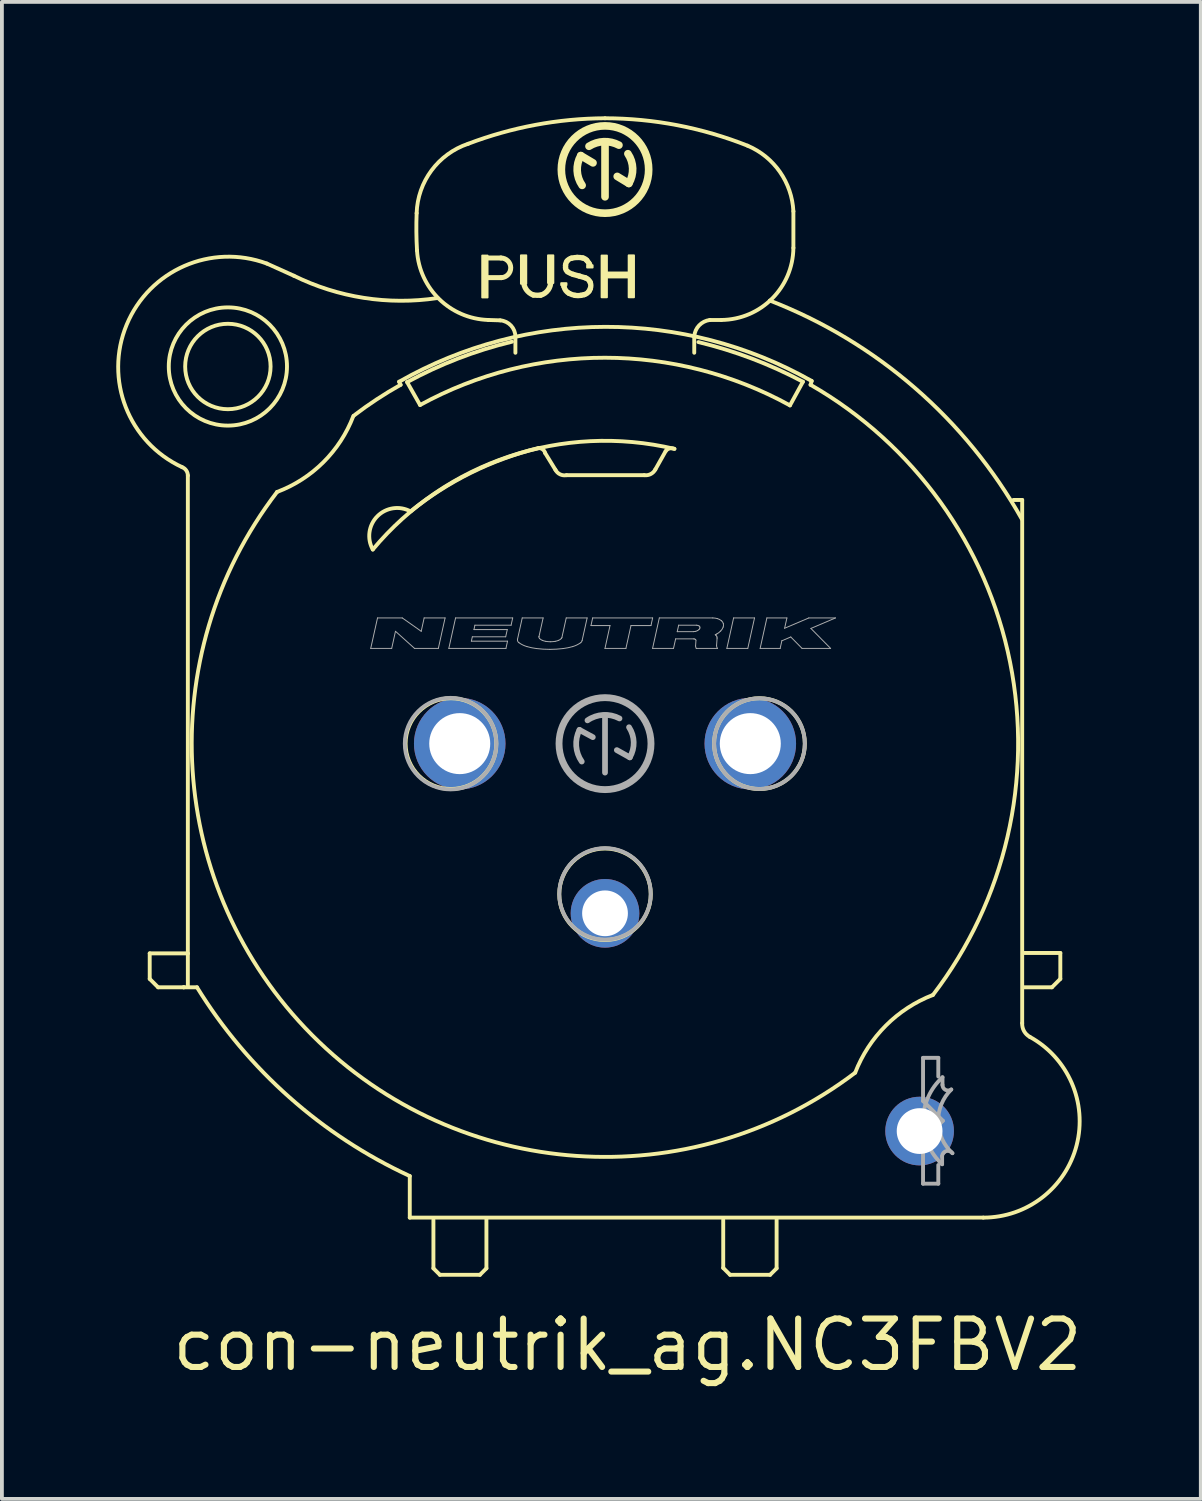
<source format=kicad_pcb>
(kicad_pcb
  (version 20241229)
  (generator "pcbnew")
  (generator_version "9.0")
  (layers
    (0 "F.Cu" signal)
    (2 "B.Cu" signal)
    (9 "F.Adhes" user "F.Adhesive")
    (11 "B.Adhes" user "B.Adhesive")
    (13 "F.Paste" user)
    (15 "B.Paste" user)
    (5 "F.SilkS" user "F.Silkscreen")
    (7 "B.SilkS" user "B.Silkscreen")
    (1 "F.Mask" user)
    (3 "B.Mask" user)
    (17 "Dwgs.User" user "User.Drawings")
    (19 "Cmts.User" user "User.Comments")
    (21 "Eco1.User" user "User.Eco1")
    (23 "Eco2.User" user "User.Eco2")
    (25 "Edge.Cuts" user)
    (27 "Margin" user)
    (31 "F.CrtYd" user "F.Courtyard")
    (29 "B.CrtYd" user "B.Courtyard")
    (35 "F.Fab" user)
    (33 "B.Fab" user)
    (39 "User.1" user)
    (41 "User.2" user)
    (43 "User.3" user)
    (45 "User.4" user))
  (footprint "con-neutrik_ag.NC3FBV2"
    (layer "F.Cu")
    (at 12.816 16.451)
    (property "Reference" "con-neutrik_ag.NC3FBV2" (at -11.43 16.51 0) (layer "F.SilkS") (effects (font (size 1.27 1.27) (thickness 0.16)) (justify left bottom)))
    (attr through_hole)
    (fp_line (start -11.94 5.5) (end -10.94 5.5) (stroke (width 0.102) (type default)) (layer "F.SilkS"))
    (fp_line (start -11.94 6.17) (end -11.94 5.5) (stroke (width 0.102) (type default)) (layer "F.SilkS"))
    (fp_line (start -11.72 6.39) (end -11.94 6.17) (stroke (width 0.102) (type default)) (layer "F.SilkS"))
    (fp_line (start -11.05 6.39) (end -11.72 6.39) (stroke (width 0.102) (type default)) (layer "F.SilkS"))
    (fp_line (start -11.05 6.39) (end -10.7 6.39) (stroke (width 0.102) (type default)) (layer "F.SilkS"))
    (fp_line (start -11.04 6.39) (end -11.05 6.39) (stroke (width 0.102) (type default)) (layer "F.SilkS"))
    (fp_line (start -10.94 5.5) (end -10.94 -7.03) (stroke (width 0.102) (type default)) (layer "F.SilkS"))
    (fp_line (start -10.94 6.35) (end -10.94 5.52) (stroke (width 0.102) (type default)) (layer "F.SilkS"))
    (fp_line (start -5.4 -9.49) (end -5.36 -9.41) (stroke (width 0.102) (type default)) (layer "F.SilkS"))
    (fp_line (start -5.19 -9.48) (end -4.85 -8.88) (stroke (width 0.102) (type default)) (layer "F.SilkS"))
    (fp_line (start -5.12 11.34) (end -5.12 12.43) (stroke (width 0.102) (type default)) (layer "F.SilkS"))
    (fp_line (start -5.12 12.43) (end 9.92 12.43) (stroke (width 0.102) (type default)) (layer "F.SilkS"))
    (fp_line (start -4.5 12.49) (end -4.5 13.76) (stroke (width 0.102) (type default)) (layer "F.SilkS"))
    (fp_line (start -4.5 13.76) (end -4.33 13.93) (stroke (width 0.102) (type default)) (layer "F.SilkS"))
    (fp_line (start -4.33 13.93) (end -3.28 13.93) (stroke (width 0.102) (type default)) (layer "F.SilkS"))
    (fp_line (start -3.28 13.93) (end -3.11 13.76) (stroke (width 0.102) (type default)) (layer "F.SilkS"))
    (fp_line (start -3.13 -12.735) (end -2.73 -12.735) (stroke (width 0.13) (type default)) (layer "F.SilkS"))
    (fp_line (start -3.11 13.76) (end -3.11 12.47) (stroke (width 0.102) (type default)) (layer "F.SilkS"))
    (fp_line (start -2.75 -11.1) (end -3.06 -11.11) (stroke (width 0.102) (type default)) (layer "F.SilkS"))
    (fp_line (start -2.72 -12.22) (end -3.11 -12.22) (stroke (width 0.13) (type default)) (layer "F.SilkS"))
    (fp_line (start -2.35 -10.25) (end -2.35 -10.67) (stroke (width 0.102) (type default)) (layer "F.SilkS"))
    (fp_line (start -1.3 -7.18) (end -1.57 -7.62) (stroke (width 0.102) (type default)) (layer "F.SilkS"))
    (fp_line (start -1.08 -12.01) (end -1.075 -11.985) (stroke (width 0.14) (type default)) (layer "F.SilkS"))
    (fp_line (start -0.315 -15.23) (end -0.635 -15.42) (stroke (width 0.2) (type default)) (layer "F.SilkS"))
    (fp_line (start 0 -14.34) (end 0 -15.73) (stroke (width 0.2) (type default)) (layer "F.SilkS"))
    (fp_line (start 0.32 -14.875) (end 0.625 -14.69) (stroke (width 0.2) (type default)) (layer "F.SilkS"))
    (fp_line (start 1.03 -7.04) (end -1.01 -7.04) (stroke (width 0.102) (type default)) (layer "F.SilkS"))
    (fp_line (start 1.59 -7.67) (end 1.32 -7.19) (stroke (width 0.102) (type default)) (layer "F.SilkS"))
    (fp_line (start 3.1 12.49) (end 3.1 13.75) (stroke (width 0.102) (type default)) (layer "F.SilkS"))
    (fp_line (start 3.1 13.75) (end 3.28 13.93) (stroke (width 0.102) (type default)) (layer "F.SilkS"))
    (fp_line (start 3.28 13.93) (end 4.33 13.93) (stroke (width 0.102) (type default)) (layer "F.SilkS"))
    (fp_line (start 4.33 13.93) (end 4.5 13.76) (stroke (width 0.102) (type default)) (layer "F.SilkS"))
    (fp_line (start 4.5 13.76) (end 4.5 12.48) (stroke (width 0.102) (type default)) (layer "F.SilkS"))
    (fp_line (start 4.85 -8.87) (end 5.19 -9.49) (stroke (width 0.102) (type default)) (layer "F.SilkS"))
    (fp_line (start 4.94 -13.96) (end 4.94 -13) (stroke (width 0.102) (type default)) (layer "F.SilkS"))
    (fp_line (start 5.39 -9.41) (end 5.42 -9.51) (stroke (width 0.102) (type default)) (layer "F.SilkS"))
    (fp_line (start 10.94 -6.39) (end 10.71 -6.39) (stroke (width 0.102) (type default)) (layer "F.SilkS"))
    (fp_line (start 10.94 7.33) (end 10.94 -6.39) (stroke (width 0.102) (type default)) (layer "F.SilkS"))
    (fp_line (start 10.99 6.39) (end 11.72 6.39) (stroke (width 0.102) (type default)) (layer "F.SilkS"))
    (fp_line (start 11.72 6.39) (end 11.94 6.17) (stroke (width 0.102) (type default)) (layer "F.SilkS"))
    (fp_line (start 11.94 5.49) (end 10.99 5.49) (stroke (width 0.102) (type default)) (layer "F.SilkS"))
    (fp_line (start 11.94 6.17) (end 11.94 5.49) (stroke (width 0.102) (type default)) (layer "F.SilkS"))
    (fp_rect (start -3.22 -11.7) (end -3.08 -12.8) (stroke (width 0.05) (type default)) (fill yes) (layer "F.SilkS"))
    (fp_rect (start -2.205 -12.06) (end -2.065 -12.805) (stroke (width 0.05) (type default)) (fill yes) (layer "F.SilkS"))
    (fp_rect (start -1.495 -12.08) (end -1.355 -12.805) (stroke (width 0.05) (type default)) (fill yes) (layer "F.SilkS"))
    (fp_rect (start -1.15 -12.025) (end -1.01 -12.075) (stroke (width 0.05) (type default)) (fill yes) (layer "F.SilkS"))
    (fp_rect (start -0.47 -12.485) (end -0.325 -12.545) (stroke (width 0.05) (type default)) (fill yes) (layer "F.SilkS"))
    (fp_rect (start -0.09 -11.705) (end 0.05 -12.8) (stroke (width 0.05) (type default)) (fill yes) (layer "F.SilkS"))
    (fp_rect (start 0.035 -12.225) (end 0.64 -12.355) (stroke (width 0.05) (type default)) (fill yes) (layer "F.SilkS"))
    (fp_rect (start 0.62 -11.705) (end 0.76 -12.805) (stroke (width 0.05) (type default)) (fill yes) (layer "F.SilkS"))
    (fp_arc (start -11.09 -7.25) (mid -10.981062 -7.163139) (end -10.94 -7.03) (stroke (width 0.1016) (type default)) (layer "F.SilkS"))
    (fp_arc (start -11.09 -7.25) (mid -12.543512 -10.98573) (end -8.87 -12.59) (stroke (width 0.1016) (type default)) (layer "F.SilkS"))
    (fp_arc (start -8.87 -12.59) (mid -8.514255 -12.431652) (end -8.16 -12.27) (stroke (width 0.1016) (type default)) (layer "F.SilkS"))
    (fp_arc (start -6.6 -8.59) (mid -7.385865 -7.379789) (end -8.6 -6.6) (stroke (width 0.1016) (type default)) (layer "F.SilkS"))
    (fp_arc (start -6.59 -8.6) (mid -5.989419 -9.026896) (end -5.36 -9.41) (stroke (width 0.1016) (type default)) (layer "F.SilkS"))
    (fp_arc (start -6.09 -5.09) (mid -5.970889 -5.96213) (end -5.1 -6.09) (stroke (width 0.1016) (type default)) (layer "F.SilkS"))
    (fp_arc (start -6.09 -5.09) (mid -2.509717 -7.53273) (end 1.82 -7.73) (stroke (width 0.1016) (type default)) (layer "F.SilkS"))
    (fp_arc (start -5.4 -9.49) (mid 0.007357 -10.929608) (end 5.42 -9.51) (stroke (width 0.1016) (type default)) (layer "F.SilkS"))
    (fp_arc (start -5.19 -9.48) (mid -3.849732 -10.100106) (end -2.44 -10.54) (stroke (width 0.1016) (type default)) (layer "F.SilkS"))
    (fp_arc (start -5.12 11.34) (mid -8.274835 9.276268) (end -10.7 6.39) (stroke (width 0.1016) (type default)) (layer "F.SilkS"))
    (fp_arc (start -5.1 -6.09) (mid -3.515654 -7.102947) (end -1.75 -7.75) (stroke (width 0.1016) (type default)) (layer "F.SilkS"))
    (fp_arc (start -4.94 -13.91) (mid -4.55018 -15.031535) (end -3.59 -15.73) (stroke (width 0.1016) (type default)) (layer "F.SilkS"))
    (fp_arc (start -4.93 -12.93) (mid -4.946992 -13.419878) (end -4.94 -13.91) (stroke (width 0.1016) (type default)) (layer "F.SilkS"))
    (fp_arc (start -4.85 -8.88) (mid 0.001283 -10.119665) (end 4.85 -8.87) (stroke (width 0.1016) (type default)) (layer "F.SilkS"))
    (fp_arc (start -4.3995 -11.6841) (mid -6.324542 -11.689558) (end -8.16 -12.27) (stroke (width 0.1016) (type default)) (layer "F.SilkS"))
    (fp_arc (start -3.59 -15.73) (mid -1.825069 -16.226116) (end 0 -16.4) (stroke (width 0.1016) (type default)) (layer "F.SilkS"))
    (fp_arc (start -3.06 -11.11) (mid -4.347878 -11.657427) (end -4.93 -12.93) (stroke (width 0.1016) (type default)) (layer "F.SilkS"))
    (fp_arc (start -2.75 -11.1) (mid -2.465454 -10.963647) (end -2.35 -10.67) (stroke (width 0.1016) (type default)) (layer "F.SilkS"))
    (fp_arc (start -2.73 -12.735) (mid -2.472451 -12.482404) (end -2.72 -12.22) (stroke (width 0.13) (type default)) (layer "F.SilkS"))
    (fp_arc (start -1.88 -11.765) (mid -2.064528 -11.907658) (end -2.135 -12.13) (stroke (width 0.14) (type default)) (layer "F.SilkS"))
    (fp_arc (start -1.74 -7.75) (mid -1.632341 -7.714631) (end -1.57 -7.62) (stroke (width 0.1016) (type default)) (layer "F.SilkS"))
    (fp_arc (start -1.69 -11.76) (mid -1.785118 -11.758012) (end -1.88 -11.765) (stroke (width 0.14) (type default)) (layer "F.SilkS"))
    (fp_arc (start -1.425 -12.13) (mid -1.491164 -11.897489) (end -1.69 -11.76) (stroke (width 0.14) (type default)) (layer "F.SilkS"))
    (fp_arc (start -1.035 -12.545) (mid -1.023242 -12.602997) (end -0.995 -12.655) (stroke (width 0.14) (type default)) (layer "F.SilkS"))
    (fp_arc (start -1.035 -12.475) (mid -1.035897 -12.51) (end -1.035 -12.545) (stroke (width 0.14) (type default)) (layer "F.SilkS"))
    (fp_arc (start -1.01 -7.04) (mid -1.178221 -7.061899) (end -1.3 -7.18) (stroke (width 0.1016) (type default)) (layer "F.SilkS"))
    (fp_arc (start -0.995 -12.655) (mid -0.944061 -12.70256) (end -0.88 -12.73) (stroke (width 0.14) (type default)) (layer "F.SilkS"))
    (fp_arc (start -0.98 -12.375) (mid -1.018985 -12.418684) (end -1.035 -12.475) (stroke (width 0.14) (type default)) (layer "F.SilkS"))
    (fp_arc (start -0.945 -11.81) (mid -1.029639 -11.882911) (end -1.075 -11.985) (stroke (width 0.14) (type default)) (layer "F.SilkS"))
    (fp_arc (start -0.88 -12.73) (mid -0.805495 -12.743715) (end -0.73 -12.75) (stroke (width 0.14) (type default)) (layer "F.SilkS"))
    (fp_arc (start -0.835 -12.305) (mid -0.910421 -12.33395) (end -0.98 -12.375) (stroke (width 0.14) (type default)) (layer "F.SilkS"))
    (fp_arc (start -0.785 -11.755) (mid -0.867193 -11.776119) (end -0.945 -11.81) (stroke (width 0.14) (type default)) (layer "F.SilkS"))
    (fp_arc (start -0.73 -12.75) (mid -0.654498 -12.747518) (end -0.58 -12.735) (stroke (width 0.14) (type default)) (layer "F.SilkS"))
    (fp_arc (start -0.67 -12.26) (mid -0.752692 -12.281798) (end -0.835 -12.305) (stroke (width 0.14) (type default)) (layer "F.SilkS"))
    (fp_arc (start -0.67 -12.26) (mid -0.592125 -12.238792) (end -0.515 -12.215) (stroke (width 0.14) (type default)) (layer "F.SilkS"))
    (fp_arc (start -0.635 -11.755) (mid -0.71 -11.748536) (end -0.785 -11.755) (stroke (width 0.14) (type default)) (layer "F.SilkS"))
    (fp_arc (start -0.6 -14.64) (mid -0.729533 -15.024973) (end -0.635 -15.42) (stroke (width 0.2) (type default)) (layer "F.SilkS"))
    (fp_arc (start -0.58 -12.735) (mid -0.525361 -12.712732) (end -0.48 -12.675) (stroke (width 0.14) (type default)) (layer "F.SilkS"))
    (fp_arc (start -0.545 -11.775) (mid -0.589766 -11.763948) (end -0.635 -11.755) (stroke (width 0.14) (type default)) (layer "F.SilkS"))
    (fp_arc (start -0.515 -12.215) (mid -0.439987 -12.171101) (end -0.39 -12.1) (stroke (width 0.14) (type default)) (layer "F.SilkS"))
    (fp_arc (start -0.48 -12.675) (mid -0.448393 -12.636205) (end -0.42 -12.595) (stroke (width 0.14) (type default)) (layer "F.SilkS"))
    (fp_arc (start -0.42 -15.665) (mid -0.031558 -15.786174) (end 0.365 -15.695) (stroke (width 0.2) (type default)) (layer "F.SilkS"))
    (fp_arc (start -0.42 -12.595) (mid -0.409614 -12.577721) (end -0.4 -12.56) (stroke (width 0.14) (type default)) (layer "F.SilkS"))
    (fp_arc (start -0.42 -11.865) (mid -0.474346 -11.808675) (end -0.545 -11.775) (stroke (width 0.14) (type default)) (layer "F.SilkS"))
    (fp_arc (start -0.39 -12.1) (mid -0.372108 -12.017966) (end -0.385 -11.935) (stroke (width 0.14) (type default)) (layer "F.SilkS"))
    (fp_arc (start -0.385 -11.935) (mid -0.40031 -11.898905) (end -0.42 -11.865) (stroke (width 0.14) (type default)) (layer "F.SilkS"))
    (fp_arc (start 0 -16.4) (mid 1.903896 -16.21607) (end 3.74 -15.68) (stroke (width 0.1016) (type default)) (layer "F.SilkS"))
    (fp_arc (start 0.6 -15.47) (mid 0.725239 -15.083613) (end 0.625 -14.69) (stroke (width 0.2) (type default)) (layer "F.SilkS"))
    (fp_arc (start 1.32 -7.19) (mid 1.198655 -7.069267) (end 1.03 -7.04) (stroke (width 0.1016) (type default)) (layer "F.SilkS"))
    (fp_arc (start 1.59 -7.67) (mid 1.694294 -7.741041) (end 1.82 -7.73) (stroke (width 0.1016) (type default)) (layer "F.SilkS"))
    (fp_arc (start 2.34 -10.68) (mid 2.341373 -10.465) (end 2.34 -10.25) (stroke (width 0.1016) (type default)) (layer "F.SilkS"))
    (fp_arc (start 2.34 -10.68) (mid 2.468258 -10.968173) (end 2.75 -11.11) (stroke (width 0.1016) (type default)) (layer "F.SilkS"))
    (fp_arc (start 2.45 -10.53) (mid 3.852843 -10.096528) (end 5.19 -9.49) (stroke (width 0.1016) (type default)) (layer "F.SilkS"))
    (fp_arc (start 2.75 -11.11) (mid 2.9 -11.110782) (end 3.05 -11.11) (stroke (width 0.1016) (type default)) (layer "F.SilkS"))
    (fp_arc (start 3.74 -15.68) (mid 4.587041 -14.992354) (end 4.94 -13.96) (stroke (width 0.1016) (type default)) (layer "F.SilkS"))
    (fp_arc (start 4.3216 -11.6192) (mid 8.124325 -9.329629) (end 10.93 -5.89) (stroke (width 0.1016) (type default)) (layer "F.SilkS"))
    (fp_arc (start 4.94 -13) (mid 4.380591 -11.669409) (end 3.05 -11.11) (stroke (width 0.1016) (type default)) (layer "F.SilkS"))
    (fp_arc (start 5.39 -9.41) (mid 10.621563 -2.137579) (end 8.6 6.59) (stroke (width 0.1016) (type default)) (layer "F.SilkS"))
    (fp_arc (start 6.56 8.63) (mid -7.680581 7.644968) (end -8.6 -6.6) (stroke (width 0.1016) (type default)) (layer "F.SilkS"))
    (fp_arc (start 6.56 8.63) (mid 7.3644 7.3944) (end 8.6 6.59) (stroke (width 0.1016) (type default)) (layer "F.SilkS"))
    (fp_arc (start 11.14 7.69) (mid 12.367243 10.532877) (end 9.92 12.43) (stroke (width 0.1016) (type default)) (layer "F.SilkS"))
    (fp_arc (start 11.14 7.69) (mid 10.988255 7.538747) (end 10.94 7.33) (stroke (width 0.1016) (type default)) (layer "F.SilkS"))
    (fp_circle (center -9.89 -9.89) (end -8.77 -9.89) (stroke (width 0.102) (type default)) (fill no) (layer "F.SilkS"))
    (fp_circle (center -9.89 -9.89) (end -8.34 -9.89) (stroke (width 0.102) (type default)) (fill no) (layer "F.SilkS"))
    (fp_circle (center -4.04 0) (end -2.85 0) (stroke (width 0.102) (type default)) (fill no) (layer "F.SilkS"))
    (fp_circle (center 0 -15.055) (end 1.145 -15.055) (stroke (width 0.2) (type default)) (fill no) (layer "F.SilkS"))
    (fp_circle (center 0 3.95) (end 1.2 3.95) (stroke (width 0.102) (type default)) (fill no) (layer "F.SilkS"))
    (fp_circle (center 4.05 0) (end 5.24 0) (stroke (width 0.102) (type default)) (fill no) (layer "F.SilkS"))
    (fp_line (start -6.144 -2.497) (end -5.966 -3.296) (stroke (width 0.025) (type default)) (layer "F.Fab"))
    (fp_line (start -6.144 -2.497) (end -5.594 -2.497) (stroke (width 0.025) (type default)) (layer "F.Fab"))
    (fp_line (start -5.966 -3.296) (end -5.317 -3.296) (stroke (width 0.025) (type default)) (layer "F.Fab"))
    (fp_line (start -5.594 -2.497) (end -5.495 -2.946) (stroke (width 0.025) (type default)) (layer "F.Fab"))
    (fp_line (start -5.495 -2.946) (end -4.995 -2.497) (stroke (width 0.025) (type default)) (layer "F.Fab"))
    (fp_line (start -5.317 -3.296) (end -4.82 -2.946) (stroke (width 0.025) (type default)) (layer "F.Fab"))
    (fp_line (start -4.995 -2.497) (end -4.371 -2.497) (stroke (width 0.025) (type default)) (layer "F.Fab"))
    (fp_line (start -4.82 -2.946) (end -4.743 -3.296) (stroke (width 0.025) (type default)) (layer "F.Fab"))
    (fp_line (start -4.743 -3.296) (end -4.194 -3.296) (stroke (width 0.025) (type default)) (layer "F.Fab"))
    (fp_line (start -4.371 -2.497) (end -4.194 -3.296) (stroke (width 0.025) (type default)) (layer "F.Fab"))
    (fp_line (start -4.096 -2.497) (end -3.919 -3.296) (stroke (width 0.025) (type default)) (layer "F.Fab"))
    (fp_line (start -4.096 -2.497) (end -2.598 -2.497) (stroke (width 0.025) (type default)) (layer "F.Fab"))
    (fp_line (start -3.919 -3.296) (end -2.421 -3.296) (stroke (width 0.025) (type default)) (layer "F.Fab"))
    (fp_line (start -3.505 -2.687) (end -3.479 -2.802) (stroke (width 0.025) (type default)) (layer "F.Fab"))
    (fp_line (start -3.505 -2.687) (end -2.556 -2.687) (stroke (width 0.025) (type default)) (layer "F.Fab"))
    (fp_line (start -3.479 -2.802) (end -2.605 -2.802) (stroke (width 0.025) (type default)) (layer "F.Fab"))
    (fp_line (start -3.437 -2.991) (end -3.412 -3.106) (stroke (width 0.025) (type default)) (layer "F.Fab"))
    (fp_line (start -3.437 -2.991) (end -2.563 -2.991) (stroke (width 0.025) (type default)) (layer "F.Fab"))
    (fp_line (start -3.412 -3.106) (end -2.463 -3.106) (stroke (width 0.025) (type default)) (layer "F.Fab"))
    (fp_line (start -2.605 -2.802) (end -2.563 -2.991) (stroke (width 0.025) (type default)) (layer "F.Fab"))
    (fp_line (start -2.598 -2.497) (end -2.556 -2.687) (stroke (width 0.025) (type default)) (layer "F.Fab"))
    (fp_line (start -2.463 -3.106) (end -2.421 -3.296) (stroke (width 0.025) (type default)) (layer "F.Fab"))
    (fp_line (start -2.294 -2.741) (end -2.171 -3.296) (stroke (width 0.025) (type default)) (layer "F.Fab"))
    (fp_line (start -2.171 -3.296) (end -1.623 -3.296) (stroke (width 0.025) (type default)) (layer "F.Fab"))
    (fp_line (start -1.731 -2.81) (end -1.623 -3.296) (stroke (width 0.025) (type default)) (layer "F.Fab"))
    (fp_line (start -1.13 -2.784) (end -1.017 -3.296) (stroke (width 0.025) (type default)) (layer "F.Fab"))
    (fp_line (start -1.017 -3.296) (end -0.469 -3.296) (stroke (width 0.025) (type default)) (layer "F.Fab"))
    (fp_line (start -0.67 -0.36) (end -0.32 -0.17) (stroke (width 0.15) (type default)) (layer "F.Fab"))
    (fp_line (start -0.601 -2.702) (end -0.469 -3.296) (stroke (width 0.025) (type default)) (layer "F.Fab"))
    (fp_line (start -0.368 -3.096) (end -0.324 -3.296) (stroke (width 0.025) (type default)) (layer "F.Fab"))
    (fp_line (start -0.368 -3.096) (end 0.131 -3.096) (stroke (width 0.025) (type default)) (layer "F.Fab"))
    (fp_line (start -0.324 -3.296) (end 1.249 -3.296) (stroke (width 0.025) (type default)) (layer "F.Fab"))
    (fp_line (start -0.001 -2.497) (end 0.131 -3.096) (stroke (width 0.025) (type default)) (layer "F.Fab"))
    (fp_line (start -0.001 -2.497) (end 0.548 -2.497) (stroke (width 0.025) (type default)) (layer "F.Fab"))
    (fp_line (start 0 0.76) (end 0 -0.74) (stroke (width 0.15) (type default)) (layer "F.Fab"))
    (fp_line (start 0.31 0.17) (end 0.65 0.36) (stroke (width 0.15) (type default)) (layer "F.Fab"))
    (fp_line (start 0.548 -2.497) (end 0.681 -3.096) (stroke (width 0.025) (type default)) (layer "F.Fab"))
    (fp_line (start 0.681 -3.096) (end 1.205 -3.096) (stroke (width 0.025) (type default)) (layer "F.Fab"))
    (fp_line (start 1.205 -3.096) (end 1.249 -3.296) (stroke (width 0.025) (type default)) (layer "F.Fab"))
    (fp_line (start 1.247 -2.497) (end 1.424 -3.296) (stroke (width 0.025) (type default)) (layer "F.Fab"))
    (fp_line (start 1.247 -2.497) (end 1.796 -2.497) (stroke (width 0.025) (type default)) (layer "F.Fab"))
    (fp_line (start 1.424 -3.296) (end 2.826 -3.296) (stroke (width 0.025) (type default)) (layer "F.Fab"))
    (fp_line (start 1.796 -2.497) (end 1.852 -2.747) (stroke (width 0.025) (type default)) (layer "F.Fab"))
    (fp_line (start 1.852 -2.747) (end 2.328 -2.747) (stroke (width 0.025) (type default)) (layer "F.Fab"))
    (fp_line (start 1.894 -2.936) (end 1.931 -3.106) (stroke (width 0.025) (type default)) (layer "F.Fab"))
    (fp_line (start 1.894 -2.936) (end 2.321 -2.936) (stroke (width 0.025) (type default)) (layer "F.Fab"))
    (fp_line (start 1.931 -3.106) (end 2.394 -3.106) (stroke (width 0.025) (type default)) (layer "F.Fab"))
    (fp_line (start 2.375 -2.561) (end 2.385 -2.707) (stroke (width 0.025) (type default)) (layer "F.Fab"))
    (fp_line (start 2.394 -2.497) (end 2.394 -2.497) (stroke (width 0.025) (type default)) (layer "F.Fab"))
    (fp_line (start 2.394 -2.497) (end 2.95 -2.497) (stroke (width 0.025) (type default)) (layer "F.Fab"))
    (fp_line (start 2.926 -2.581) (end 2.939 -2.767) (stroke (width 0.025) (type default)) (layer "F.Fab"))
    (fp_line (start 3.195 -2.497) (end 3.372 -3.296) (stroke (width 0.025) (type default)) (layer "F.Fab"))
    (fp_line (start 3.195 -2.497) (end 3.744 -2.497) (stroke (width 0.025) (type default)) (layer "F.Fab"))
    (fp_line (start 3.372 -3.296) (end 3.921 -3.296) (stroke (width 0.025) (type default)) (layer "F.Fab"))
    (fp_line (start 3.744 -2.497) (end 3.921 -3.296) (stroke (width 0.025) (type default)) (layer "F.Fab"))
    (fp_line (start 4.068 -2.497) (end 4.245 -3.296) (stroke (width 0.025) (type default)) (layer "F.Fab"))
    (fp_line (start 4.068 -2.497) (end 4.593 -2.497) (stroke (width 0.025) (type default)) (layer "F.Fab"))
    (fp_line (start 4.245 -3.296) (end 4.77 -3.296) (stroke (width 0.025) (type default)) (layer "F.Fab"))
    (fp_line (start 4.593 -2.497) (end 4.637 -2.697) (stroke (width 0.025) (type default)) (layer "F.Fab"))
    (fp_line (start 4.637 -2.697) (end 4.871 -2.797) (stroke (width 0.025) (type default)) (layer "F.Fab"))
    (fp_line (start 4.71 -3.026) (end 4.77 -3.296) (stroke (width 0.025) (type default)) (layer "F.Fab"))
    (fp_line (start 4.71 -3.026) (end 5.344 -3.296) (stroke (width 0.025) (type default)) (layer "F.Fab"))
    (fp_line (start 4.871 -2.797) (end 5.167 -2.497) (stroke (width 0.025) (type default)) (layer "F.Fab"))
    (fp_line (start 5.167 -2.497) (end 5.916 -2.497) (stroke (width 0.025) (type default)) (layer "F.Fab"))
    (fp_line (start 5.344 -3.296) (end 6.043 -3.296) (stroke (width 0.025) (type default)) (layer "F.Fab"))
    (fp_line (start 5.399 -3.021) (end 5.916 -2.497) (stroke (width 0.025) (type default)) (layer "F.Fab"))
    (fp_line (start 5.399 -3.021) (end 6.043 -3.296) (stroke (width 0.025) (type default)) (layer "F.Fab"))
    (fp_line (start 8.34 8.24) (end 8.34 9.37) (stroke (width 0.102) (type default)) (layer "F.Fab"))
    (fp_line (start 8.34 8.24) (end 8.74 8.24) (stroke (width 0.102) (type default)) (layer "F.Fab"))
    (fp_line (start 8.34 9.37) (end 8.86 9.89) (stroke (width 0.102) (type default)) (layer "F.Fab"))
    (fp_line (start 8.34 10.41) (end 8.34 11.54) (stroke (width 0.102) (type default)) (layer "F.Fab"))
    (fp_line (start 8.34 11.54) (end 8.74 11.54) (stroke (width 0.102) (type default)) (layer "F.Fab"))
    (fp_line (start 8.74 8.24) (end 8.74 8.73) (stroke (width 0.102) (type default)) (layer "F.Fab"))
    (fp_line (start 8.74 11.54) (end 8.74 11.05) (stroke (width 0.102) (type default)) (layer "F.Fab"))
    (fp_line (start 8.84 11.03) (end 8.84 10.82) (stroke (width 0.102) (type default)) (layer "F.Fab"))
    (fp_line (start 8.85 8.75) (end 8.85 8.95) (stroke (width 0.102) (type default)) (layer "F.Fab"))
    (fp_line (start 8.86 9.89) (end 8.34 10.41) (stroke (width 0.102) (type default)) (layer "F.Fab"))
    (fp_arc (start -2.2964 -2.7217) (mid -2.295867 -2.731456) (end -2.2943 -2.7411) (stroke (width 0.0254) (type default)) (layer "F.Fab"))
    (fp_arc (start -2.2578 -2.6471) (mid -2.286121 -2.679718) (end -2.2963 -2.7217) (stroke (width 0.0254) (type default)) (layer "F.Fab"))
    (fp_arc (start -2.0477 -2.5452) (mid -2.156985 -2.587418) (end -2.2578 -2.6471) (stroke (width 0.0254) (type default)) (layer "F.Fab"))
    (fp_arc (start -1.796 -2.4932) (mid -1.922923 -2.514007) (end -2.0477 -2.5452) (stroke (width 0.0254) (type default)) (layer "F.Fab"))
    (fp_arc (start -1.7326 -2.7966) (mid -1.732234 -2.803244) (end -1.7311 -2.8098) (stroke (width 0.0254) (type default)) (layer "F.Fab"))
    (fp_arc (start -1.7159 -2.7561) (mid -1.728335 -2.774676) (end -1.7327 -2.7966) (stroke (width 0.0254) (type default)) (layer "F.Fab"))
    (fp_arc (start -1.6443 -2.7083) (mid -1.682454 -2.728674) (end -1.7159 -2.7561) (stroke (width 0.0254) (type default)) (layer "F.Fab"))
    (fp_arc (start -1.5538 -2.6822) (mid -1.599779 -2.692723) (end -1.6443 -2.7083) (stroke (width 0.0254) (type default)) (layer "F.Fab"))
    (fp_arc (start -1.4474 -2.4721) (mid -1.62202 -2.477365) (end -1.796 -2.4932) (stroke (width 0.0254) (type default)) (layer "F.Fab"))
    (fp_arc (start -1.4308 -2.6718) (mid -1.492521 -2.674388) (end -1.5538 -2.6822) (stroke (width 0.0254) (type default)) (layer "F.Fab"))
    (fp_arc (start -1.3079 -2.6822) (mid -1.369129 -2.67439) (end -1.4308 -2.6718) (stroke (width 0.0254) (type default)) (layer "F.Fab"))
    (fp_arc (start -1.2174 -2.7083) (mid -1.261921 -2.692723) (end -1.3079 -2.6822) (stroke (width 0.0254) (type default)) (layer "F.Fab"))
    (fp_arc (start -1.1458 -2.7561) (mid -1.179246 -2.728674) (end -1.2174 -2.7083) (stroke (width 0.0254) (type default)) (layer "F.Fab"))
    (fp_arc (start -1.1304 -2.7839) (mid -1.136132 -2.76891) (end -1.1458 -2.7561) (stroke (width 0.0254) (type default)) (layer "F.Fab"))
    (fp_arc (start -1.0989 -2.4931) (mid -1.27283 -2.477266) (end -1.4474 -2.472) (stroke (width 0.0254) (type default)) (layer "F.Fab"))
    (fp_arc (start -0.8472 -2.5452) (mid -0.971977 -2.514007) (end -1.0989 -2.4932) (stroke (width 0.0254) (type default)) (layer "F.Fab"))
    (fp_arc (start -0.6371 -2.6471) (mid -0.737916 -2.587421) (end -0.8472 -2.5452) (stroke (width 0.0254) (type default)) (layer "F.Fab"))
    (fp_arc (start -0.61 0.47) (mid -0.754744 0.063295) (end -0.67 -0.36) (stroke (width 0.15) (type default)) (layer "F.Fab"))
    (fp_arc (start -0.6007 -2.7023) (mid -0.613738 -2.671296) (end -0.6371 -2.6471) (stroke (width 0.0254) (type default)) (layer "F.Fab"))
    (fp_arc (start -0.46 -0.61) (mid -0.047007 -0.752716) (end 0.38 -0.66) (stroke (width 0.15) (type default)) (layer "F.Fab"))
    (fp_arc (start 0.63 -0.43) (mid 0.752066 -0.037837) (end 0.65 0.36) (stroke (width 0.15) (type default)) (layer "F.Fab"))
    (fp_arc (start 2.3283 -2.7467) (mid 2.340566 -2.745829) (end 2.3526 -2.7433) (stroke (width 0.0254) (type default)) (layer "F.Fab"))
    (fp_arc (start 2.3526 -2.7432) (mid 2.364222 -2.738519) (end 2.3746 -2.7315) (stroke (width 0.0254) (type default)) (layer "F.Fab"))
    (fp_arc (start 2.3746 -2.7315) (mid 2.380482 -2.724772) (end 2.3841 -2.7166) (stroke (width 0.0254) (type default)) (layer "F.Fab"))
    (fp_arc (start 2.3785 -2.9442) (mid 2.349756 -2.938398) (end 2.3205 -2.9364) (stroke (width 0.0254) (type default)) (layer "F.Fab"))
    (fp_arc (start 2.3943 -2.497) (mid 2.380142 -2.527484) (end 2.375 -2.5607) (stroke (width 0.0254) (type default)) (layer "F.Fab"))
    (fp_arc (start 2.3944 -3.1062) (mid 2.414793 -3.104721) (end 2.4348 -3.1005) (stroke (width 0.0254) (type default)) (layer "F.Fab"))
    (fp_arc (start 2.4288 -2.9645) (mid 2.404262 -2.952875) (end 2.3785 -2.9443) (stroke (width 0.0254) (type default)) (layer "F.Fab"))
    (fp_arc (start 2.4348 -3.1005) (mid 2.454244 -3.09272) (end 2.4716 -3.081) (stroke (width 0.0254) (type default)) (layer "F.Fab"))
    (fp_arc (start 2.4641 -2.9914) (mid 2.447446 -2.976643) (end 2.4288 -2.9645) (stroke (width 0.0254) (type default)) (layer "F.Fab"))
    (fp_arc (start 2.4716 -3.081) (mid 2.481397 -3.069754) (end 2.4874 -3.0561) (stroke (width 0.0254) (type default)) (layer "F.Fab"))
    (fp_arc (start 2.4861 -3.0267) (mid 2.476985 -3.007875) (end 2.4641 -2.9914) (stroke (width 0.0254) (type default)) (layer "F.Fab"))
    (fp_arc (start 2.4874 -3.0561) (mid 2.488997 -3.041301) (end 2.4861 -3.0267) (stroke (width 0.0254) (type default)) (layer "F.Fab"))
    (fp_arc (start 2.8259 -3.296) (mid 2.886677 -3.291588) (end 2.9463 -3.279) (stroke (width 0.0254) (type default)) (layer "F.Fab"))
    (fp_arc (start 2.8917 -2.8549) (mid 2.899191 -2.849485) (end 2.9064 -2.8437) (stroke (width 0.0254) (type default)) (layer "F.Fab"))
    (fp_arc (start 2.9064 -2.8437) (mid 2.924646 -2.822802) (end 2.9358 -2.7974) (stroke (width 0.0254) (type default)) (layer "F.Fab"))
    (fp_arc (start 2.9282 -2.8737) (mid 2.910094 -2.86407) (end 2.8917 -2.855) (stroke (width 0.0254) (type default)) (layer "F.Fab"))
    (fp_arc (start 2.9358 -2.7974) (mid 2.93855 -2.782173) (end 2.9387 -2.7667) (stroke (width 0.0254) (type default)) (layer "F.Fab"))
    (fp_arc (start 2.9463 -3.279) (mid 3.004211 -3.255758) (end 3.0559 -3.2208) (stroke (width 0.0254) (type default)) (layer "F.Fab"))
    (fp_arc (start 2.9503 -2.497) (mid 2.930467 -2.536583) (end 2.9257 -2.5806) (stroke (width 0.0254) (type default)) (layer "F.Fab"))
    (fp_arc (start 3.0334 -2.9539) (mid 2.983769 -2.909906) (end 2.9282 -2.8737) (stroke (width 0.0254) (type default)) (layer "F.Fab"))
    (fp_arc (start 3.0559 -3.2208) (mid 3.085071 -3.187347) (end 3.1029 -3.1467) (stroke (width 0.0254) (type default)) (layer "F.Fab"))
    (fp_arc (start 3.0992 -3.0591) (mid 3.071923 -3.002983) (end 3.0334 -2.9539) (stroke (width 0.0254) (type default)) (layer "F.Fab"))
    (fp_arc (start 3.1029 -3.1467) (mid 3.107748 -3.102617) (end 3.0992 -3.0591) (stroke (width 0.0254) (type default)) (layer "F.Fab"))
    (fp_arc (start 8.84 10.81) (mid 8.951547 10.684537) (end 9.11 10.74) (stroke (width 0.1016) (type default)) (layer "F.Fab"))
    (fp_arc (start 8.84 11.03) (mid 8.341886 9.887793) (end 8.85 8.75) (stroke (width 0.1016) (type default)) (layer "F.Fab"))
    (fp_arc (start 9.08 9.07) (mid 8.928573 9.079819) (end 8.85 8.95) (stroke (width 0.1016) (type default)) (layer "F.Fab"))
    (fp_arc (start 9.11 10.74) (mid 8.736883 9.911433) (end 9.08 9.07) (stroke (width 0.1016) (type default)) (layer "F.Fab"))
    (fp_circle (center -4.05 0) (end -2.85 0) (stroke (width 0.102) (type default)) (fill no) (layer "F.Fab"))
    (fp_circle (center 0 0) (end 1.206 0) (stroke (width 0.18) (type default)) (fill no) (layer "F.Fab"))
    (fp_circle (center 0 3.94) (end 1.2 3.94) (stroke (width 0.102) (type default)) (fill no) (layer "F.Fab"))
    (fp_circle (center 4.05 0) (end 5.24 0) (stroke (width 0.102) (type default)) (fill no) (layer "F.Fab"))
    (pad "1" thru_hole circle (at 3.81 0) (size 2.4 2.4) (drill 1.6) (layers "*.Cu" "*.Mask"))
    (pad "2" thru_hole circle (at -3.81 0) (size 2.4 2.4) (drill 1.6) (layers "*.Cu" "*.Mask"))
    (pad "3" thru_hole circle (at 0 4.45) (size 1.8 1.8) (drill 1.2) (layers "*.Cu" "*.Mask"))
    (pad "G" thru_hole circle (at 8.25 10.16) (size 1.8 1.8) (drill 1.2) (layers "*.Cu" "*.Mask")))
  (gr_rect
    (start -3 -3)
    (end 28.44 36.258)
    (stroke (width 0.1) (type default))
    (fill no)
    (layer "Edge.Cuts")))
</source>
